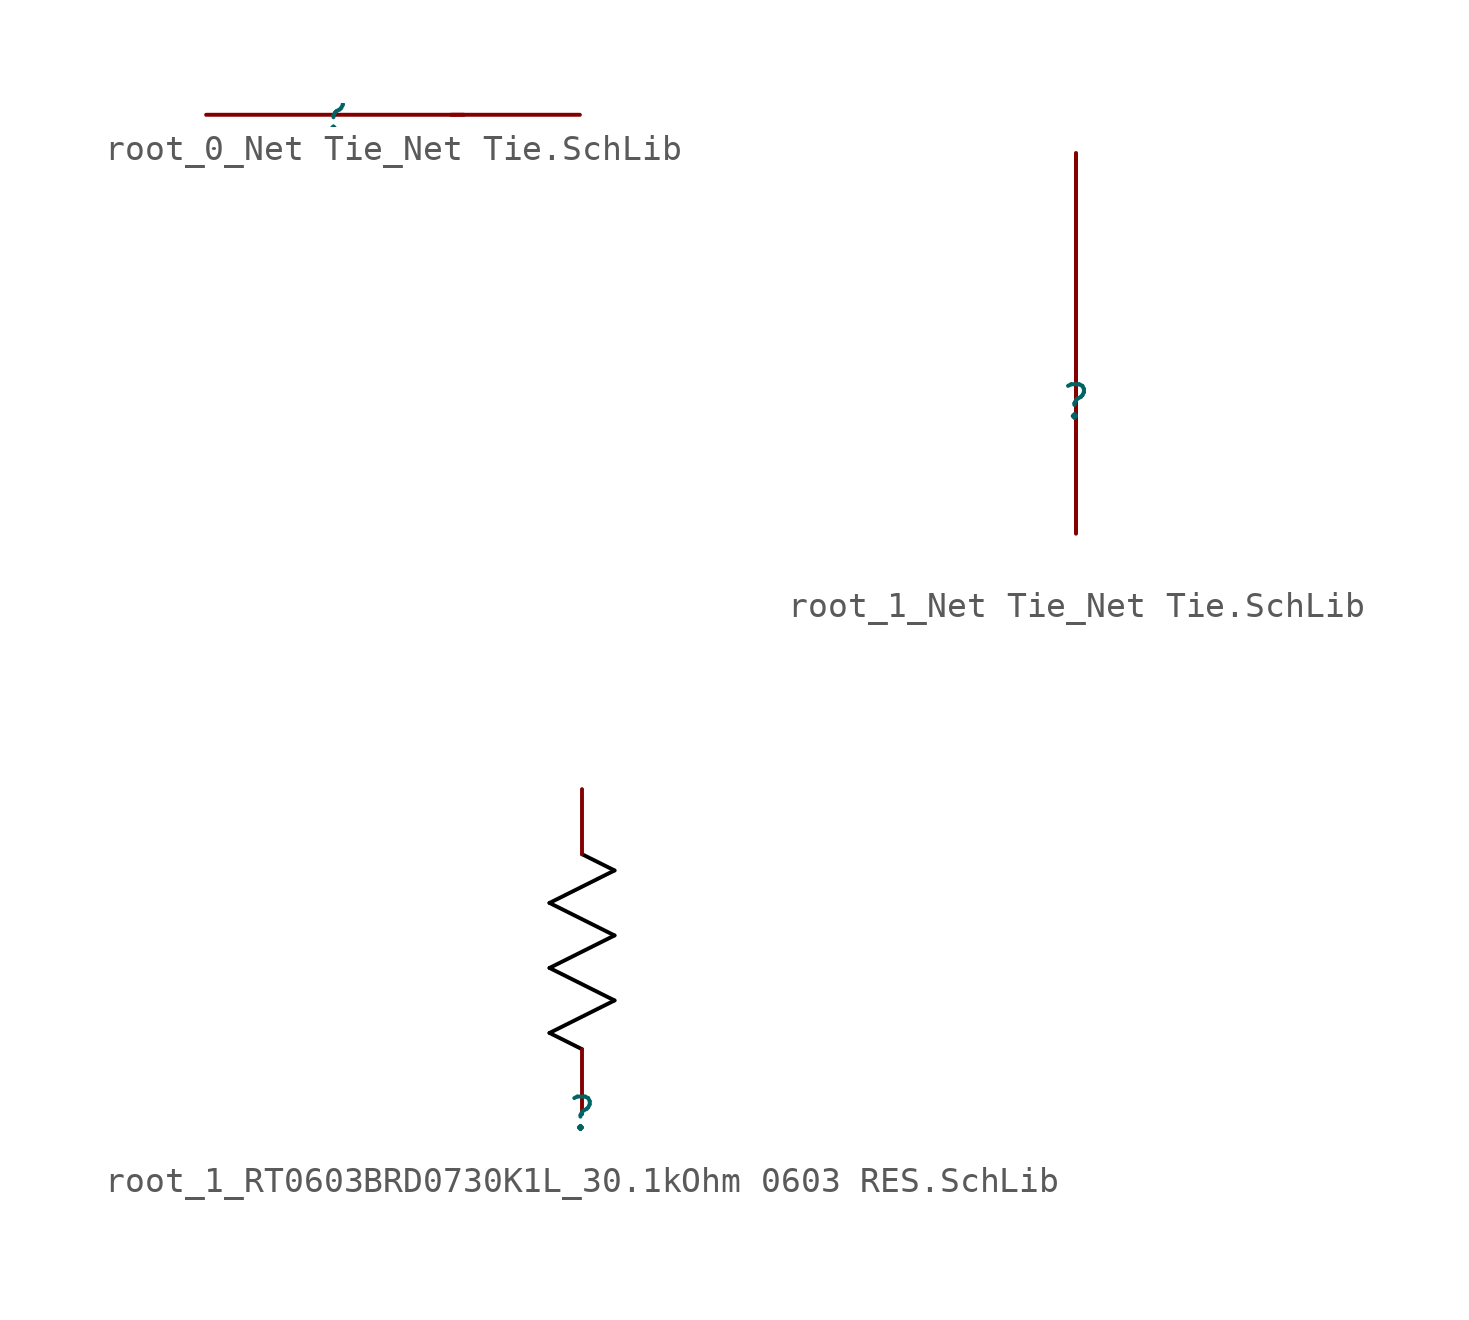
<source format=kicad_sym>
(kicad_symbol_lib
  (version 20241209)
  (generator "kicad_symbol_editor")
  (generator_version "9.0")
  (symbol "root_0_Net Tie_Net Tie.SchLib"
    (pin_numbers
      (hide yes))
    (pin_names
      (hide yes))
    (property "Reference" ""
      (at 0 0 0)
      (effects (font (size 1.27 1.27))))
    (property "Value" ""
      (at 0 0 0)
      (effects (font (size 1.27 1.27))))
    (symbol "root_0_Net Tie_Net Tie.SchLib_1_0"
      (polyline (pts (xy 5 0) (xy 0 0)) (stroke (width 0) (type solid)) (fill (type none)))
      (pin passive line (at -5 0 0) (length 5) (name "0" (effects (font (size 1.27 1.27)))) (number "0" (effects (font (size 1.27 1.27)))))
      (pin passive line (at 9.5 0 180) (length 5) (name "1" (effects (font (size 1.27 1.27)))) (number "1" (effects (font (size 1.27 1.27)))))))
  (symbol "root_1_Net Tie_Net Tie.SchLib"
    (pin_numbers
      (hide yes))
    (pin_names
      (hide yes))
    (property "Reference" ""
      (at 0 0 0)
      (effects (font (size 1.27 1.27))))
    (property "Value" ""
      (at 0 0 0)
      (effects (font (size 1.27 1.27))))
    (symbol "root_1_Net Tie_Net Tie.SchLib_1_0"
      (polyline (pts (xy 0 5) (xy 0 0)) (stroke (width 0) (type solid)) (fill (type none)))
      (pin passive line (at 0 9.5 270) (length 5) (name "1" (effects (font (size 1.27 1.27)))) (number "1" (effects (font (size 1.27 1.27)))))
      (pin passive line (at 0 -5 90) (length 5) (name "0" (effects (font (size 1.27 1.27)))) (number "0" (effects (font (size 1.27 1.27)))))))
  (symbol "root_1_RT0603BRD0730K1L_30.1kOhm 0603 RES.SchLib"
    (pin_numbers
      (hide yes))
    (pin_names
      (hide yes))
    (property "Reference" ""
      (at 0 0 0)
      (effects (font (size 1.27 1.27))))
    (property "Value" ""
      (at 0 0 0)
      (effects (font (size 1.27 1.27))))
    (symbol "root_1_RT0603BRD0730K1L_30.1kOhm 0603 RES.SchLib_1_0"
      (polyline (pts (xy -1.27 8.255) (xy 1.27 9.525)) (stroke (width 0) (type solid) (color 0 0 0 1)) (fill (type none)))
      (polyline (pts (xy -1.27 5.715) (xy 1.27 6.985)) (stroke (width 0) (type solid) (color 0 0 0 1)) (fill (type none)))
      (polyline (pts (xy -1.27 3.175) (xy 1.27 4.445)) (stroke (width 0) (type solid) (color 0 0 0 1)) (fill (type none)))
      (polyline (pts (xy 0 2.54) (xy -1.27 3.175)) (stroke (width 0) (type solid) (color 0 0 0 1)) (fill (type none)))
      (polyline (pts (xy 1.27 9.525) (xy 0 10.16)) (stroke (width 0) (type solid) (color 0 0 0 1)) (fill (type none)))
      (polyline (pts (xy 1.27 6.985) (xy -1.27 8.255)) (stroke (width 0) (type solid) (color 0 0 0 1)) (fill (type none)))
      (polyline (pts (xy 1.27 4.445) (xy -1.27 5.715)) (stroke (width 0) (type solid) (color 0 0 0 1)) (fill (type none)))
      (pin passive line (at 0 12.7 270) (length 2.54) (name "1" (effects (font (size 1.27 1.27)))) (number "1" (effects (font (size 1.27 1.27)))))
      (pin passive line (at 0 0 90) (length 2.54) (name "2" (effects (font (size 1.27 1.27)))) (number "2" (effects (font (size 1.27 1.27))))))))
</source>
